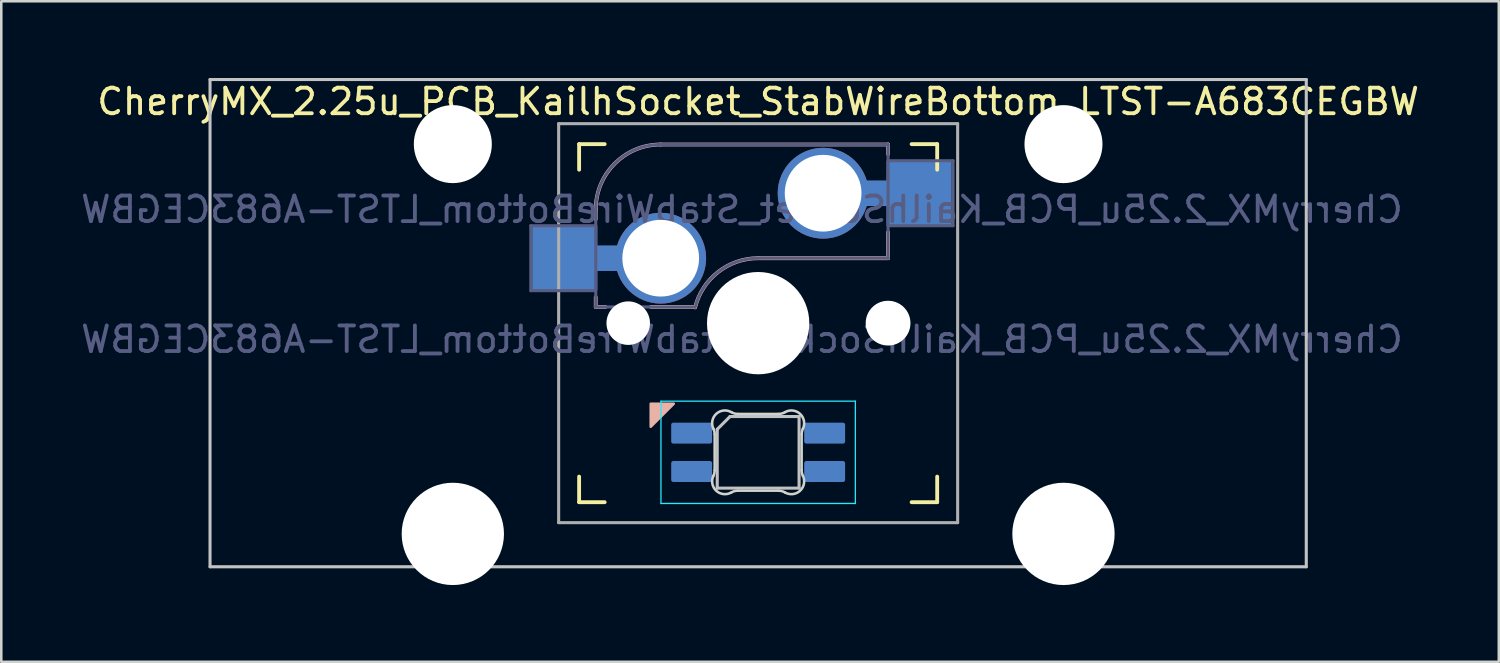
<source format=kicad_pcb>
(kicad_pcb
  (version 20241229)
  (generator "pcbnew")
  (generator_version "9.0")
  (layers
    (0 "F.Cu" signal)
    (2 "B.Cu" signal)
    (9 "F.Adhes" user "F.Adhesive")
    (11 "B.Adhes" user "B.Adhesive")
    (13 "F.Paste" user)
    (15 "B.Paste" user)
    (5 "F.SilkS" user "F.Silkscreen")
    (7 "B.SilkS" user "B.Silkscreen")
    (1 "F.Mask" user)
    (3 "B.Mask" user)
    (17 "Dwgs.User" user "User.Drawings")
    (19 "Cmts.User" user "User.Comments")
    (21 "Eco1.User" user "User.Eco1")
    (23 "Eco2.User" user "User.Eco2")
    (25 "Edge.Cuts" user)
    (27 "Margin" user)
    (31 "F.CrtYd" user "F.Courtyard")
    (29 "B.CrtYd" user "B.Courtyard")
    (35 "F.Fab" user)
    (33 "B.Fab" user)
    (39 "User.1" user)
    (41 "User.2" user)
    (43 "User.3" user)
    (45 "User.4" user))
  (footprint "CherryMX_2.25u_PCB_KailhSocket_StabWireBottom_LTST-A683CEGBW"
    (layer "F.Cu")
    (at 26.593 9.585)
    (property "Reference" "CherryMX_2.25u_PCB_KailhSocket_StabWireBottom_LTST-A683CEGBW" (at 0 -8.662 0) (layer "F.SilkS") (effects (font (size 1 1) (thickness 0.15))))
    (property "Value" "CherryMX_2.25u_PCB_KailhSocket_StabWireBottom_LTST-A683CEGBW" (at 0 8.662 0) (layer "F.Fab") (hide yes) (effects (font (size 1 1) (thickness 0.15))))
    (attr through_hole)
    (fp_line (start -7 -6) (end -7 -7) (stroke (width 0.15) (type solid)) (layer "F.SilkS"))
    (fp_line (start -7 7) (end -7 6) (stroke (width 0.15) (type solid)) (layer "F.SilkS"))
    (fp_line (start -7 7) (end -6 7) (stroke (width 0.15) (type solid)) (layer "F.SilkS"))
    (fp_line (start -6 -7) (end -7 -7) (stroke (width 0.15) (type solid)) (layer "F.SilkS"))
    (fp_line (start 6 7) (end 7 7) (stroke (width 0.15) (type solid)) (layer "F.SilkS"))
    (fp_line (start 7 -7) (end 6 -7) (stroke (width 0.15) (type solid)) (layer "F.SilkS"))
    (fp_line (start 7 -7) (end 7 -6) (stroke (width 0.15) (type solid)) (layer "F.SilkS"))
    (fp_line (start 7 6) (end 7 7) (stroke (width 0.15) (type solid)) (layer "F.SilkS"))
    (fp_line (start -6.35 -4.445) (end -6.35 -4.064) (stroke (width 0.15) (type solid)) (layer "B.SilkS"))
    (fp_line (start -6.35 -1.016) (end -6.35 -0.635) (stroke (width 0.15) (type solid)) (layer "B.SilkS"))
    (fp_line (start -5.969 -0.635) (end -6.35 -0.635) (stroke (width 0.15) (type solid)) (layer "B.SilkS"))
    (fp_line (start -3.81 -6.985) (end 5.08 -6.985) (stroke (width 0.15) (type solid)) (layer "B.SilkS"))
    (fp_line (start -2.464 -0.635) (end -4.191 -0.635) (stroke (width 0.15) (type solid)) (layer "B.SilkS"))
    (fp_line (start 5.08 -6.985) (end 5.08 -6.604) (stroke (width 0.15) (type solid)) (layer "B.SilkS"))
    (fp_line (start 5.08 -3.556) (end 5.08 -2.54) (stroke (width 0.15) (type solid)) (layer "B.SilkS"))
    (fp_line (start 5.08 -2.54) (end 0 -2.54) (stroke (width 0.15) (type solid)) (layer "B.SilkS"))
    (fp_arc (start -6.35 -4.445) (mid -5.606051 -6.241051) (end -3.81 -6.985) (stroke (width 0.15) (type solid)) (layer "B.SilkS"))
    (fp_arc (start -2.464162 -0.61604) (mid -1.563147 -2.002042) (end 0 -2.54) (stroke (width 0.15) (type solid)) (layer "B.SilkS"))
    (fp_poly (pts (xy -4.2 4.05) (xy -3.3 3.15) (xy -4.2 3.15)) (stroke (width 0.1) (type solid)) (fill yes) (layer "B.SilkS"))
    (fp_line (start -21.431 -9.525) (end 21.431 -9.525) (stroke (width 0.12) (type solid)) (layer "Dwgs.User"))
    (fp_line (start -21.431 9.525) (end -21.431 -9.525) (stroke (width 0.12) (type solid)) (layer "Dwgs.User"))
    (fp_line (start -1.6 4.15) (end -1.6 6.45) (stroke (width 0.12) (type solid)) (layer "Dwgs.User"))
    (fp_line (start -1.6 4.15) (end -1.1 3.65) (stroke (width 0.12) (type solid)) (layer "Dwgs.User"))
    (fp_line (start -1.6 6.45) (end 1.6 6.45) (stroke (width 0.12) (type solid)) (layer "Dwgs.User"))
    (fp_line (start 1.6 3.65) (end -1.1 3.65) (stroke (width 0.12) (type solid)) (layer "Dwgs.User"))
    (fp_line (start 1.6 6.45) (end 1.6 3.65) (stroke (width 0.12) (type solid)) (layer "Dwgs.User"))
    (fp_line (start 21.431 -9.525) (end 21.431 9.525) (stroke (width 0.12) (type solid)) (layer "Dwgs.User"))
    (fp_line (start 21.431 9.525) (end -21.431 9.525) (stroke (width 0.12) (type solid)) (layer "Dwgs.User"))
    (fp_line (start -6.9 6.9) (end -6.9 -6.9) (stroke (width 0.15) (type solid)) (layer "Eco2.User"))
    (fp_line (start -6.9 6.9) (end 6.9 6.9) (stroke (width 0.15) (type solid)) (layer "Eco2.User"))
    (fp_line (start 6.9 -6.9) (end -6.9 -6.9) (stroke (width 0.15) (type solid)) (layer "Eco2.User"))
    (fp_line (start 6.9 -6.9) (end 6.9 6.9) (stroke (width 0.15) (type solid)) (layer "Eco2.User"))
    (fp_line (start -1.7 5.753) (end -1.7 4.347) (stroke (width 0.1) (type solid)) (layer "Edge.Cuts"))
    (fp_line (start -0.794 3.55) (end 0.794 3.55) (stroke (width 0.1) (type solid)) (layer "Edge.Cuts"))
    (fp_line (start 0.794 6.55) (end -0.794 6.55) (stroke (width 0.1) (type solid)) (layer "Edge.Cuts"))
    (fp_line (start 1.7 4.347) (end 1.7 5.753) (stroke (width 0.1) (type solid)) (layer "Edge.Cuts"))
    (fp_arc (start -1.749484 4.13028) (mid -1.712527 4.235932) (end -1.699999 4.347158) (stroke (width 0.1) (type solid)) (layer "Edge.Cuts"))
    (fp_arc (start -1.749484 4.130281) (mid -1.638072 3.545965) (end -1.046711 3.481701) (stroke (width 0.1) (type solid)) (layer "Edge.Cuts"))
    (fp_arc (start -1.699999 5.752843) (mid -1.712527 5.864068) (end -1.749484 5.96972) (stroke (width 0.1) (type solid)) (layer "Edge.Cuts"))
    (fp_arc (start -1.046711 6.618298) (mid -1.63807 6.554034) (end -1.749484 5.96972) (stroke (width 0.1) (type solid)) (layer "Edge.Cuts"))
    (fp_arc (start -1.046711 6.618298) (mid -0.925123 6.567376) (end -0.794453 6.549999) (stroke (width 0.1) (type solid)) (layer "Edge.Cuts"))
    (fp_arc (start -0.794452 3.55) (mid -0.925123 3.532623) (end -1.046711 3.481701) (stroke (width 0.1) (type solid)) (layer "Edge.Cuts"))
    (fp_arc (start 0.794453 6.55) (mid 0.925123 6.567377) (end 1.046711 6.618299) (stroke (width 0.1) (type solid)) (layer "Edge.Cuts"))
    (fp_arc (start 1.04671 3.481701) (mid 0.925122 3.532623) (end 0.794452 3.55) (stroke (width 0.1) (type solid)) (layer "Edge.Cuts"))
    (fp_arc (start 1.046711 3.481703) (mid 1.63807 3.545966) (end 1.749484 4.13028) (stroke (width 0.1) (type solid)) (layer "Edge.Cuts"))
    (fp_arc (start 1.699999 4.347157) (mid 1.712527 4.235932) (end 1.749484 4.13028) (stroke (width 0.1) (type solid)) (layer "Edge.Cuts"))
    (fp_arc (start 1.749484 5.96972) (mid 1.638071 6.554035) (end 1.046711 6.618299) (stroke (width 0.1) (type solid)) (layer "Edge.Cuts"))
    (fp_arc (start 1.749484 5.96972) (mid 1.712527 5.864068) (end 1.699999 5.752842) (stroke (width 0.1) (type solid)) (layer "Edge.Cuts"))
    (fp_line (start -3.8 3.05) (end -3.8 7.05) (stroke (width 0.05) (type solid)) (layer "B.CrtYd"))
    (fp_line (start -3.8 7.05) (end 3.8 7.05) (stroke (width 0.05) (type solid)) (layer "B.CrtYd"))
    (fp_line (start 3.8 3.05) (end -3.8 3.05) (stroke (width 0.05) (type solid)) (layer "B.CrtYd"))
    (fp_line (start 3.8 7.05) (end 3.8 3.05) (stroke (width 0.05) (type solid)) (layer "B.CrtYd"))
    (fp_line (start -8.89 -3.81) (end -6.35 -3.81) (stroke (width 0.12) (type solid)) (layer "B.Fab"))
    (fp_line (start -8.89 -1.27) (end -8.89 -3.81) (stroke (width 0.12) (type solid)) (layer "B.Fab"))
    (fp_line (start -6.35 -1.27) (end -8.89 -1.27) (stroke (width 0.12) (type solid)) (layer "B.Fab"))
    (fp_line (start -6.35 -0.635) (end -6.35 -4.445) (stroke (width 0.12) (type solid)) (layer "B.Fab"))
    (fp_line (start -6.35 -0.635) (end -2.54 -0.635) (stroke (width 0.12) (type solid)) (layer "B.Fab"))
    (fp_line (start -3.81 -6.985) (end 5.08 -6.985) (stroke (width 0.12) (type solid)) (layer "B.Fab"))
    (fp_line (start 5.08 -6.985) (end 5.08 -2.54) (stroke (width 0.12) (type solid)) (layer "B.Fab"))
    (fp_line (start 5.08 -6.35) (end 7.62 -6.35) (stroke (width 0.12) (type solid)) (layer "B.Fab"))
    (fp_line (start 5.08 -2.54) (end 0 -2.54) (stroke (width 0.12) (type solid)) (layer "B.Fab"))
    (fp_line (start 7.62 -6.35) (end 7.62 -3.81) (stroke (width 0.12) (type solid)) (layer "B.Fab"))
    (fp_line (start 7.62 -3.81) (end 5.08 -3.81) (stroke (width 0.12) (type solid)) (layer "B.Fab"))
    (fp_arc (start -6.35 -4.445) (mid -5.606051 -6.241051) (end -3.81 -6.985) (stroke (width 0.12) (type solid)) (layer "B.Fab"))
    (fp_arc (start -2.464162 -0.61604) (mid -1.563147 -2.002042) (end 0 -2.54) (stroke (width 0.12) (type solid)) (layer "B.Fab"))
    (fp_line (start -7.8 -7.8) (end -7.8 7.8) (stroke (width 0.12) (type solid)) (layer "F.Fab"))
    (fp_line (start -7.8 -7.8) (end 7.8 -7.8) (stroke (width 0.12) (type solid)) (layer "F.Fab"))
    (fp_line (start -7.8 7.8) (end 7.8 7.8) (stroke (width 0.12) (type solid)) (layer "F.Fab"))
    (fp_line (start 7.8 -7.8) (end 7.8 7.8) (stroke (width 0.12) (type solid)) (layer "F.Fab"))
    (fp_text user "${VALUE}" (at -0.635 0.635 0) (layer "B.Fab") (effects (font (size 1 1) (thickness 0.15)) (justify mirror)))
    (fp_text user "${REFERENCE}" (at -0.635 -4.445 0) (layer "B.Fab") (effects (font (size 1 1) (thickness 0.15)) (justify mirror)))
    (pad "" np_thru_hole circle (at -11.938 -7) (size 3.05 3.05) (drill 3.05) (layers "*.Cu" "*.Mask"))
    (pad "" np_thru_hole circle (at -11.938 8.24) (size 4 4) (drill 4) (layers "*.Cu" "*.Mask"))
    (pad "" np_thru_hole circle (at -5.08 0) (size 1.702 1.702) (drill 1.702) (layers "*.Cu" "*.Mask"))
    (pad "" np_thru_hole circle (at 0 0) (size 4 4) (drill 4) (layers "*.Cu" "*.Mask"))
    (pad "" np_thru_hole circle (at 5.08 0) (size 1.702 1.702) (drill 1.702) (layers "*.Cu" "*.Mask"))
    (pad "" np_thru_hole circle (at 5.08 0) (size 1.75 1.75) (drill 1.75) (layers "*.Cu" "*.Mask"))
    (pad "" np_thru_hole circle (at 11.938 -7) (size 3.05 3.05) (drill 3.05) (layers "*.Cu" "*.Mask"))
    (pad "" np_thru_hole circle (at 11.938 8.24) (size 4 4) (drill 4) (layers "*.Cu" "*.Mask"))
    (pad "1" smd rect (at -7.56 -2.54) (size 2.55 2.5) (layers "B.Cu" "B.Mask" "B.Paste"))
    (pad "1" connect rect (at -5.715 -2.54 90) (size 1 2.5) (layers "B.Cu"))
    (pad "1" thru_hole circle (at -3.81 -2.54) (size 3.55 3.55) (drill 3) (layers "*.Cu"))
    (pad "2" thru_hole circle (at 2.54 -5.08) (size 3.55 3.55) (drill 3) (layers "*.Cu"))
    (pad "2" connect rect (at 5.015 -5.08 270) (size 1 2.5) (layers "B.Cu"))
    (pad "2" smd rect (at 6.29 -5.08) (size 2.55 2.5) (layers "B.Cu" "B.Mask" "B.Paste"))
    (pad "3" smd roundrect (at -2.6 4.3 90) (size 0.82 1.6) (layers "B.Cu" "B.Mask" "B.Paste") (roundrect_rratio 0.1))
    (pad "4" smd roundrect (at -2.6 5.8 90) (size 0.82 1.6) (layers "B.Cu" "B.Mask" "B.Paste") (roundrect_rratio 0.1))
    (pad "5" smd roundrect (at 2.6 4.3 90) (size 0.82 1.6) (layers "B.Cu" "B.Mask" "B.Paste") (roundrect_rratio 0.1))
    (pad "6" smd roundrect (at 2.6 5.8 90) (size 0.82 1.6) (layers "B.Cu" "B.Mask" "B.Paste") (roundrect_rratio 0.1)))
  (gr_rect
    (start -3 -3)
    (end 55.552 22.825)
    (stroke (width 0.1) (type default))
    (fill no)
    (layer "Edge.Cuts")))
</source>
